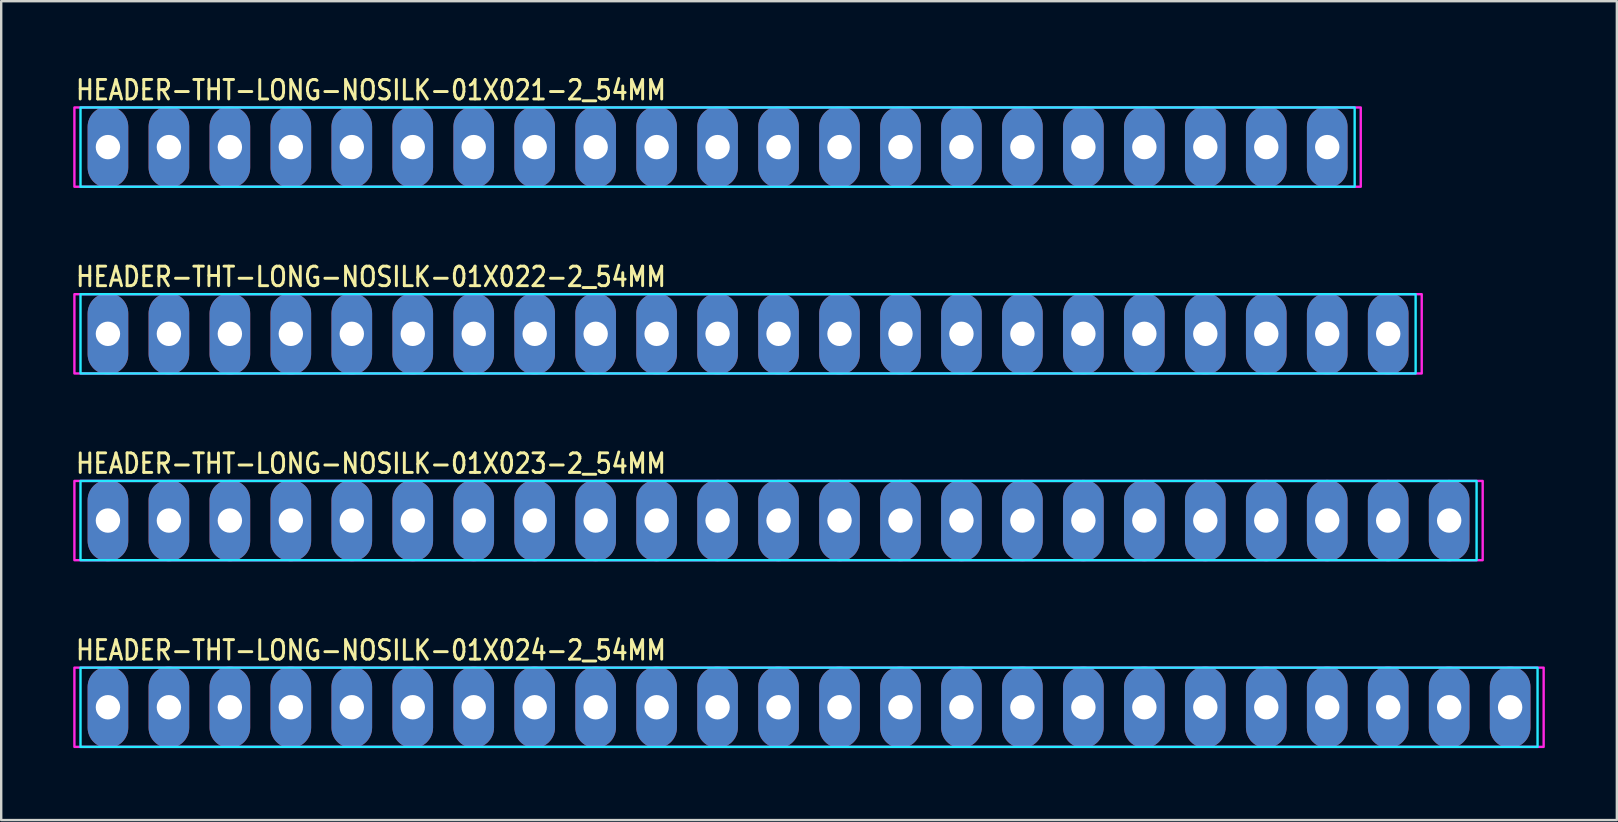
<source format=kicad_pcb>
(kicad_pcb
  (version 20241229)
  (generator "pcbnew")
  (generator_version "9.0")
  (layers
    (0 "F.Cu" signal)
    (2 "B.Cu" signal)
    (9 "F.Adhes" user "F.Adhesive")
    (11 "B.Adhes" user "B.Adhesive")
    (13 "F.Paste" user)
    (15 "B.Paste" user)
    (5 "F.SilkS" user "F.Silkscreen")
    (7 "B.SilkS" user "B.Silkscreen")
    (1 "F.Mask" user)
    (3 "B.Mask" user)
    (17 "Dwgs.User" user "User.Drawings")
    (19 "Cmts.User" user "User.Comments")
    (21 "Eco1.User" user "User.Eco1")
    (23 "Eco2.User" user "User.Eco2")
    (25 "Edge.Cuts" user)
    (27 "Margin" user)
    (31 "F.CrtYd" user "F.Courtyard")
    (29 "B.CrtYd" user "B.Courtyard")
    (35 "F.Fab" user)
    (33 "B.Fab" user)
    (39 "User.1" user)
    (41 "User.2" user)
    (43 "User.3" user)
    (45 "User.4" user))
  (footprint "HEADER-THT-LONG-NOSILK-01X024-2_54MM"
    (layer "F.Cu")
    (at 1.447 26.417)
    (property "Reference" "HEADER-THT-LONG-NOSILK-01X024-2_54MM" (at -1.4 -1.9 0) (unlocked yes) (layer "F.SilkS") (effects (font (size 0.813 0.695) (thickness 0.122)) (justify left bottom)))
    (fp_poly (pts (xy -1.143 -1.651) (xy 59.563 -1.651) (xy 59.563 1.651) (xy -1.143 1.651)) (stroke (width 0.1) (type solid)) (fill no) (layer "B.CrtYd"))
    (fp_poly (pts (xy -1.397 -1.651) (xy 59.817 -1.651) (xy 59.817 1.651) (xy -1.397 1.651)) (stroke (width 0.1) (type solid)) (fill no) (layer "F.CrtYd"))
    (pad "1" thru_hole oval (at 0 0 90) (size 3.387 1.693) (drill 1.016) (layers "*.Cu" "*.Mask"))
    (pad "2" thru_hole oval (at 2.54 0 90) (size 3.387 1.693) (drill 1.016) (layers "*.Cu" "*.Mask"))
    (pad "3" thru_hole oval (at 5.08 0 90) (size 3.387 1.693) (drill 1.016) (layers "*.Cu" "*.Mask"))
    (pad "4" thru_hole oval (at 7.62 0 90) (size 3.387 1.693) (drill 1.016) (layers "*.Cu" "*.Mask"))
    (pad "5" thru_hole oval (at 10.16 0 90) (size 3.387 1.693) (drill 1.016) (layers "*.Cu" "*.Mask"))
    (pad "6" thru_hole oval (at 12.7 0 90) (size 3.387 1.693) (drill 1.016) (layers "*.Cu" "*.Mask"))
    (pad "7" thru_hole oval (at 15.24 0 90) (size 3.387 1.693) (drill 1.016) (layers "*.Cu" "*.Mask"))
    (pad "8" thru_hole oval (at 17.78 0 90) (size 3.387 1.693) (drill 1.016) (layers "*.Cu" "*.Mask"))
    (pad "9" thru_hole oval (at 20.32 0 90) (size 3.387 1.693) (drill 1.016) (layers "*.Cu" "*.Mask"))
    (pad "10" thru_hole oval (at 22.86 0 90) (size 3.387 1.693) (drill 1.016) (layers "*.Cu" "*.Mask"))
    (pad "11" thru_hole oval (at 25.4 0 90) (size 3.387 1.693) (drill 1.016) (layers "*.Cu" "*.Mask"))
    (pad "12" thru_hole oval (at 27.94 0 90) (size 3.387 1.693) (drill 1.016) (layers "*.Cu" "*.Mask"))
    (pad "13" thru_hole oval (at 30.48 0 90) (size 3.387 1.693) (drill 1.016) (layers "*.Cu" "*.Mask"))
    (pad "14" thru_hole oval (at 33.02 0 90) (size 3.387 1.693) (drill 1.016) (layers "*.Cu" "*.Mask"))
    (pad "15" thru_hole oval (at 35.56 0 90) (size 3.387 1.693) (drill 1.016) (layers "*.Cu" "*.Mask"))
    (pad "16" thru_hole oval (at 38.1 0 90) (size 3.387 1.693) (drill 1.016) (layers "*.Cu" "*.Mask"))
    (pad "17" thru_hole oval (at 40.64 0 90) (size 3.387 1.693) (drill 1.016) (layers "*.Cu" "*.Mask"))
    (pad "18" thru_hole oval (at 43.18 0 90) (size 3.387 1.693) (drill 1.016) (layers "*.Cu" "*.Mask"))
    (pad "19" thru_hole oval (at 45.72 0 90) (size 3.387 1.693) (drill 1.016) (layers "*.Cu" "*.Mask"))
    (pad "20" thru_hole oval (at 48.26 0 90) (size 3.387 1.693) (drill 1.016) (layers "*.Cu" "*.Mask"))
    (pad "21" thru_hole oval (at 50.8 0 90) (size 3.387 1.693) (drill 1.016) (layers "*.Cu" "*.Mask"))
    (pad "22" thru_hole oval (at 53.34 0 90) (size 3.387 1.693) (drill 1.016) (layers "*.Cu" "*.Mask"))
    (pad "23" thru_hole oval (at 55.88 0 90) (size 3.387 1.693) (drill 1.016) (layers "*.Cu" "*.Mask"))
    (pad "24" thru_hole oval (at 58.42 0 90) (size 3.387 1.693) (drill 1.016) (layers "*.Cu" "*.Mask")))
  (footprint "HEADER-THT-LONG-NOSILK-01X023-2_54MM"
    (layer "F.Cu")
    (at 1.447 18.638)
    (property "Reference" "HEADER-THT-LONG-NOSILK-01X023-2_54MM" (at -1.4 -1.9 0) (unlocked yes) (layer "F.SilkS") (effects (font (size 0.813 0.695) (thickness 0.122)) (justify left bottom)))
    (fp_poly (pts (xy -1.143 -1.651) (xy 57.023 -1.651) (xy 57.023 1.651) (xy -1.143 1.651)) (stroke (width 0.1) (type solid)) (fill no) (layer "B.CrtYd"))
    (fp_poly (pts (xy -1.397 -1.651) (xy 57.277 -1.651) (xy 57.277 1.651) (xy -1.397 1.651)) (stroke (width 0.1) (type solid)) (fill no) (layer "F.CrtYd"))
    (pad "1" thru_hole oval (at 0 0 90) (size 3.387 1.693) (drill 1.016) (layers "*.Cu" "*.Mask"))
    (pad "2" thru_hole oval (at 2.54 0 90) (size 3.387 1.693) (drill 1.016) (layers "*.Cu" "*.Mask"))
    (pad "3" thru_hole oval (at 5.08 0 90) (size 3.387 1.693) (drill 1.016) (layers "*.Cu" "*.Mask"))
    (pad "4" thru_hole oval (at 7.62 0 90) (size 3.387 1.693) (drill 1.016) (layers "*.Cu" "*.Mask"))
    (pad "5" thru_hole oval (at 10.16 0 90) (size 3.387 1.693) (drill 1.016) (layers "*.Cu" "*.Mask"))
    (pad "6" thru_hole oval (at 12.7 0 90) (size 3.387 1.693) (drill 1.016) (layers "*.Cu" "*.Mask"))
    (pad "7" thru_hole oval (at 15.24 0 90) (size 3.387 1.693) (drill 1.016) (layers "*.Cu" "*.Mask"))
    (pad "8" thru_hole oval (at 17.78 0 90) (size 3.387 1.693) (drill 1.016) (layers "*.Cu" "*.Mask"))
    (pad "9" thru_hole oval (at 20.32 0 90) (size 3.387 1.693) (drill 1.016) (layers "*.Cu" "*.Mask"))
    (pad "10" thru_hole oval (at 22.86 0 90) (size 3.387 1.693) (drill 1.016) (layers "*.Cu" "*.Mask"))
    (pad "11" thru_hole oval (at 25.4 0 90) (size 3.387 1.693) (drill 1.016) (layers "*.Cu" "*.Mask"))
    (pad "12" thru_hole oval (at 27.94 0 90) (size 3.387 1.693) (drill 1.016) (layers "*.Cu" "*.Mask"))
    (pad "13" thru_hole oval (at 30.48 0 90) (size 3.387 1.693) (drill 1.016) (layers "*.Cu" "*.Mask"))
    (pad "14" thru_hole oval (at 33.02 0 90) (size 3.387 1.693) (drill 1.016) (layers "*.Cu" "*.Mask"))
    (pad "15" thru_hole oval (at 35.56 0 90) (size 3.387 1.693) (drill 1.016) (layers "*.Cu" "*.Mask"))
    (pad "16" thru_hole oval (at 38.1 0 90) (size 3.387 1.693) (drill 1.016) (layers "*.Cu" "*.Mask"))
    (pad "17" thru_hole oval (at 40.64 0 90) (size 3.387 1.693) (drill 1.016) (layers "*.Cu" "*.Mask"))
    (pad "18" thru_hole oval (at 43.18 0 90) (size 3.387 1.693) (drill 1.016) (layers "*.Cu" "*.Mask"))
    (pad "19" thru_hole oval (at 45.72 0 90) (size 3.387 1.693) (drill 1.016) (layers "*.Cu" "*.Mask"))
    (pad "20" thru_hole oval (at 48.26 0 90) (size 3.387 1.693) (drill 1.016) (layers "*.Cu" "*.Mask"))
    (pad "21" thru_hole oval (at 50.8 0 90) (size 3.387 1.693) (drill 1.016) (layers "*.Cu" "*.Mask"))
    (pad "22" thru_hole oval (at 53.34 0 90) (size 3.387 1.693) (drill 1.016) (layers "*.Cu" "*.Mask"))
    (pad "23" thru_hole oval (at 55.88 0 90) (size 3.387 1.693) (drill 1.016) (layers "*.Cu" "*.Mask")))
  (footprint "HEADER-THT-LONG-NOSILK-01X022-2_54MM"
    (layer "F.Cu")
    (at 1.447 10.858)
    (property "Reference" "HEADER-THT-LONG-NOSILK-01X022-2_54MM" (at -1.4 -1.9 0) (unlocked yes) (layer "F.SilkS") (effects (font (size 0.813 0.695) (thickness 0.122)) (justify left bottom)))
    (fp_poly (pts (xy -1.143 -1.651) (xy 54.483 -1.651) (xy 54.483 1.651) (xy -1.143 1.651)) (stroke (width 0.1) (type solid)) (fill no) (layer "B.CrtYd"))
    (fp_poly (pts (xy -1.397 -1.651) (xy 54.737 -1.651) (xy 54.737 1.651) (xy -1.397 1.651)) (stroke (width 0.1) (type solid)) (fill no) (layer "F.CrtYd"))
    (pad "1" thru_hole oval (at 0 0 90) (size 3.387 1.693) (drill 1.016) (layers "*.Cu" "*.Mask"))
    (pad "2" thru_hole oval (at 2.54 0 90) (size 3.387 1.693) (drill 1.016) (layers "*.Cu" "*.Mask"))
    (pad "3" thru_hole oval (at 5.08 0 90) (size 3.387 1.693) (drill 1.016) (layers "*.Cu" "*.Mask"))
    (pad "4" thru_hole oval (at 7.62 0 90) (size 3.387 1.693) (drill 1.016) (layers "*.Cu" "*.Mask"))
    (pad "5" thru_hole oval (at 10.16 0 90) (size 3.387 1.693) (drill 1.016) (layers "*.Cu" "*.Mask"))
    (pad "6" thru_hole oval (at 12.7 0 90) (size 3.387 1.693) (drill 1.016) (layers "*.Cu" "*.Mask"))
    (pad "7" thru_hole oval (at 15.24 0 90) (size 3.387 1.693) (drill 1.016) (layers "*.Cu" "*.Mask"))
    (pad "8" thru_hole oval (at 17.78 0 90) (size 3.387 1.693) (drill 1.016) (layers "*.Cu" "*.Mask"))
    (pad "9" thru_hole oval (at 20.32 0 90) (size 3.387 1.693) (drill 1.016) (layers "*.Cu" "*.Mask"))
    (pad "10" thru_hole oval (at 22.86 0 90) (size 3.387 1.693) (drill 1.016) (layers "*.Cu" "*.Mask"))
    (pad "11" thru_hole oval (at 25.4 0 90) (size 3.387 1.693) (drill 1.016) (layers "*.Cu" "*.Mask"))
    (pad "12" thru_hole oval (at 27.94 0 90) (size 3.387 1.693) (drill 1.016) (layers "*.Cu" "*.Mask"))
    (pad "13" thru_hole oval (at 30.48 0 90) (size 3.387 1.693) (drill 1.016) (layers "*.Cu" "*.Mask"))
    (pad "14" thru_hole oval (at 33.02 0 90) (size 3.387 1.693) (drill 1.016) (layers "*.Cu" "*.Mask"))
    (pad "15" thru_hole oval (at 35.56 0 90) (size 3.387 1.693) (drill 1.016) (layers "*.Cu" "*.Mask"))
    (pad "16" thru_hole oval (at 38.1 0 90) (size 3.387 1.693) (drill 1.016) (layers "*.Cu" "*.Mask"))
    (pad "17" thru_hole oval (at 40.64 0 90) (size 3.387 1.693) (drill 1.016) (layers "*.Cu" "*.Mask"))
    (pad "18" thru_hole oval (at 43.18 0 90) (size 3.387 1.693) (drill 1.016) (layers "*.Cu" "*.Mask"))
    (pad "19" thru_hole oval (at 45.72 0 90) (size 3.387 1.693) (drill 1.016) (layers "*.Cu" "*.Mask"))
    (pad "20" thru_hole oval (at 48.26 0 90) (size 3.387 1.693) (drill 1.016) (layers "*.Cu" "*.Mask"))
    (pad "21" thru_hole oval (at 50.8 0 90) (size 3.387 1.693) (drill 1.016) (layers "*.Cu" "*.Mask"))
    (pad "22" thru_hole oval (at 53.34 0 90) (size 3.387 1.693) (drill 1.016) (layers "*.Cu" "*.Mask")))
  (footprint "HEADER-THT-LONG-NOSILK-01X021-2_54MM"
    (layer "F.Cu")
    (at 1.447 3.079)
    (property "Reference" "HEADER-THT-LONG-NOSILK-01X021-2_54MM" (at -1.4 -1.9 0) (unlocked yes) (layer "F.SilkS") (effects (font (size 0.813 0.695) (thickness 0.122)) (justify left bottom)))
    (fp_poly (pts (xy -1.143 -1.651) (xy 51.943 -1.651) (xy 51.943 1.651) (xy -1.143 1.651)) (stroke (width 0.1) (type solid)) (fill no) (layer "B.CrtYd"))
    (fp_poly (pts (xy -1.397 -1.651) (xy 52.197 -1.651) (xy 52.197 1.651) (xy -1.397 1.651)) (stroke (width 0.1) (type solid)) (fill no) (layer "F.CrtYd"))
    (pad "1" thru_hole oval (at 0 0 90) (size 3.387 1.693) (drill 1.016) (layers "*.Cu" "*.Mask"))
    (pad "2" thru_hole oval (at 2.54 0 90) (size 3.387 1.693) (drill 1.016) (layers "*.Cu" "*.Mask"))
    (pad "3" thru_hole oval (at 5.08 0 90) (size 3.387 1.693) (drill 1.016) (layers "*.Cu" "*.Mask"))
    (pad "4" thru_hole oval (at 7.62 0 90) (size 3.387 1.693) (drill 1.016) (layers "*.Cu" "*.Mask"))
    (pad "5" thru_hole oval (at 10.16 0 90) (size 3.387 1.693) (drill 1.016) (layers "*.Cu" "*.Mask"))
    (pad "6" thru_hole oval (at 12.7 0 90) (size 3.387 1.693) (drill 1.016) (layers "*.Cu" "*.Mask"))
    (pad "7" thru_hole oval (at 15.24 0 90) (size 3.387 1.693) (drill 1.016) (layers "*.Cu" "*.Mask"))
    (pad "8" thru_hole oval (at 17.78 0 90) (size 3.387 1.693) (drill 1.016) (layers "*.Cu" "*.Mask"))
    (pad "9" thru_hole oval (at 20.32 0 90) (size 3.387 1.693) (drill 1.016) (layers "*.Cu" "*.Mask"))
    (pad "10" thru_hole oval (at 22.86 0 90) (size 3.387 1.693) (drill 1.016) (layers "*.Cu" "*.Mask"))
    (pad "11" thru_hole oval (at 25.4 0 90) (size 3.387 1.693) (drill 1.016) (layers "*.Cu" "*.Mask"))
    (pad "12" thru_hole oval (at 27.94 0 90) (size 3.387 1.693) (drill 1.016) (layers "*.Cu" "*.Mask"))
    (pad "13" thru_hole oval (at 30.48 0 90) (size 3.387 1.693) (drill 1.016) (layers "*.Cu" "*.Mask"))
    (pad "14" thru_hole oval (at 33.02 0 90) (size 3.387 1.693) (drill 1.016) (layers "*.Cu" "*.Mask"))
    (pad "15" thru_hole oval (at 35.56 0 90) (size 3.387 1.693) (drill 1.016) (layers "*.Cu" "*.Mask"))
    (pad "16" thru_hole oval (at 38.1 0 90) (size 3.387 1.693) (drill 1.016) (layers "*.Cu" "*.Mask"))
    (pad "17" thru_hole oval (at 40.64 0 90) (size 3.387 1.693) (drill 1.016) (layers "*.Cu" "*.Mask"))
    (pad "18" thru_hole oval (at 43.18 0 90) (size 3.387 1.693) (drill 1.016) (layers "*.Cu" "*.Mask"))
    (pad "19" thru_hole oval (at 45.72 0 90) (size 3.387 1.693) (drill 1.016) (layers "*.Cu" "*.Mask"))
    (pad "20" thru_hole oval (at 48.26 0 90) (size 3.387 1.693) (drill 1.016) (layers "*.Cu" "*.Mask"))
    (pad "21" thru_hole oval (at 50.8 0 90) (size 3.387 1.693) (drill 1.016) (layers "*.Cu" "*.Mask")))
  (gr_rect
    (start -3 -3)
    (end 64.314 31.118)
    (stroke (width 0.1) (type default))
    (fill no)
    (layer "Edge.Cuts")))
</source>
